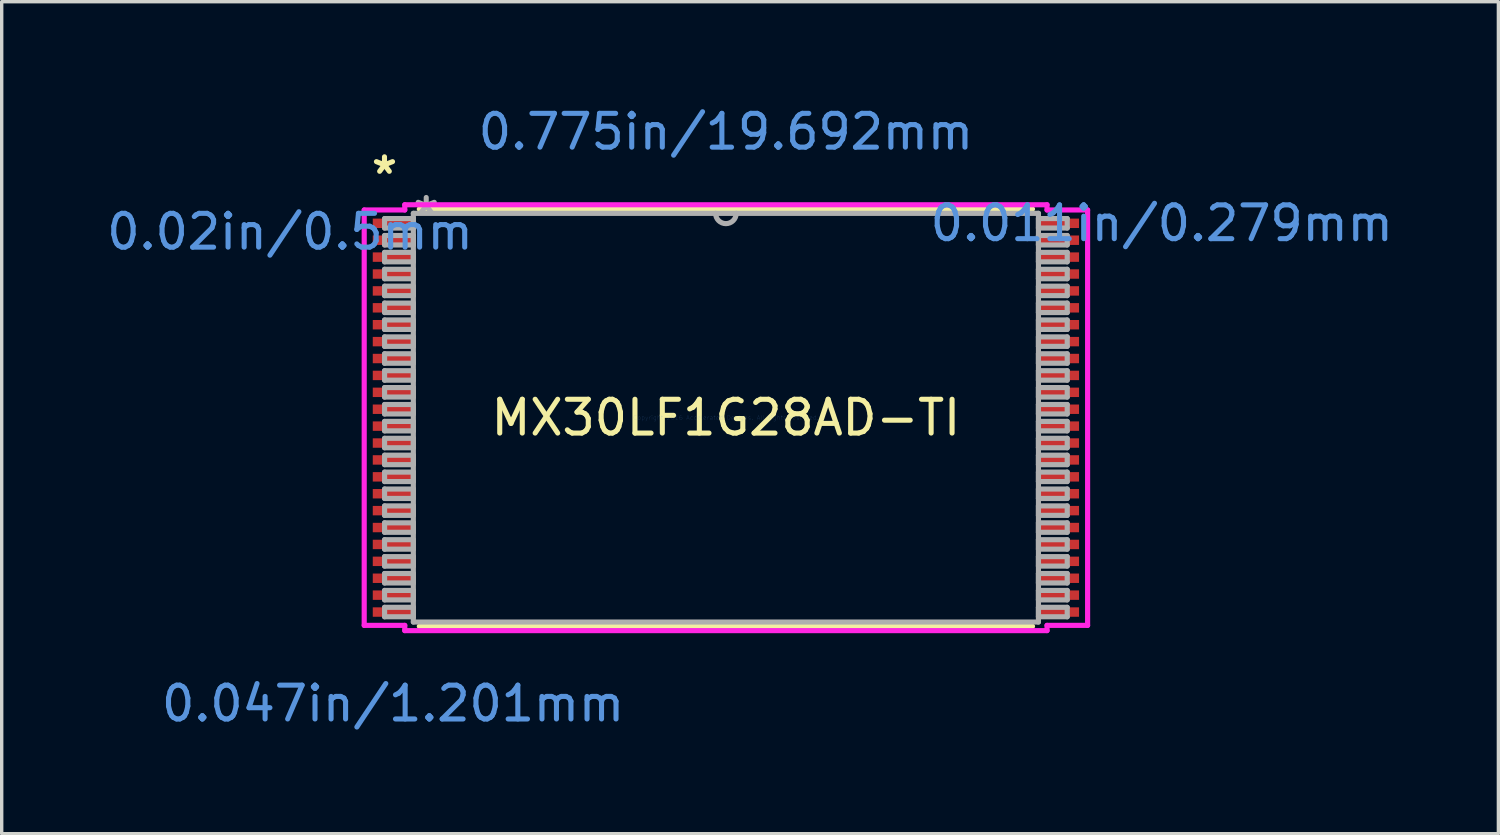
<source format=kicad_pcb>
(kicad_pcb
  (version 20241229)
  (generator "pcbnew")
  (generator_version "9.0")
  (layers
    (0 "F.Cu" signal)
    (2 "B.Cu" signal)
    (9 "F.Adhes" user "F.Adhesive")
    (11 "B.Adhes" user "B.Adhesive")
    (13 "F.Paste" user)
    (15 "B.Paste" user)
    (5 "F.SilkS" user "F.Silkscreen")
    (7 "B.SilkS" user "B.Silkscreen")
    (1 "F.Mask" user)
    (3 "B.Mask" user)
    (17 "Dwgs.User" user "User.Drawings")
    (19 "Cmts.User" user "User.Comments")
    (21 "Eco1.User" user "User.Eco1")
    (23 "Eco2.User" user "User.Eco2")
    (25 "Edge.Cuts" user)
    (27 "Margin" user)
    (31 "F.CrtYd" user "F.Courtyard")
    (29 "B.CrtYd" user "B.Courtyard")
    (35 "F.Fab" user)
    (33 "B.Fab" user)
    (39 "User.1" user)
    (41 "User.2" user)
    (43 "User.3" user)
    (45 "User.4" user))
  (footprint "MX30LF1G28AD-TI"
    (layer "F.Cu")
    (at 18.424 9.306)
    (property "Reference" "MX30LF1G28AD-TI" (at 0 0 0) (layer "F.SilkS") (effects (font (size 1 1) (thickness 0.15))))
    (attr through_hole)
    (fp_line (start -9.07 6.172) (end 9.07 6.172) (stroke (width 0.152) (type solid)) (layer "F.SilkS"))
    (fp_line (start 9.07 -6.172) (end -9.07 -6.172) (stroke (width 0.152) (type solid)) (layer "F.SilkS"))
    (fp_line (start -10.7 -6.144) (end -9.5 -6.144) (stroke (width 0.152) (type solid)) (layer "F.CrtYd"))
    (fp_line (start -10.7 6.144) (end -10.7 -6.144) (stroke (width 0.152) (type solid)) (layer "F.CrtYd"))
    (fp_line (start -10.7 6.144) (end -9.5 6.144) (stroke (width 0.152) (type solid)) (layer "F.CrtYd"))
    (fp_line (start -9.5 -6.299) (end 9.5 -6.299) (stroke (width 0.152) (type solid)) (layer "F.CrtYd"))
    (fp_line (start -9.5 -6.144) (end -9.5 -6.299) (stroke (width 0.152) (type solid)) (layer "F.CrtYd"))
    (fp_line (start -9.5 6.299) (end -9.5 6.144) (stroke (width 0.152) (type solid)) (layer "F.CrtYd"))
    (fp_line (start 9.5 -6.299) (end 9.5 -6.144) (stroke (width 0.152) (type solid)) (layer "F.CrtYd"))
    (fp_line (start 9.5 6.144) (end 9.5 6.299) (stroke (width 0.152) (type solid)) (layer "F.CrtYd"))
    (fp_line (start 9.5 6.299) (end -9.5 6.299) (stroke (width 0.152) (type solid)) (layer "F.CrtYd"))
    (fp_line (start 10.7 -6.144) (end 9.5 -6.144) (stroke (width 0.152) (type solid)) (layer "F.CrtYd"))
    (fp_line (start 10.7 -6.144) (end 10.7 6.144) (stroke (width 0.152) (type solid)) (layer "F.CrtYd"))
    (fp_line (start 10.7 6.144) (end 9.5 6.144) (stroke (width 0.152) (type solid)) (layer "F.CrtYd"))
    (fp_line (start -10.097 -5.89) (end -10.097 -5.61) (stroke (width 0.152) (type solid)) (layer "F.Fab"))
    (fp_line (start -10.097 -5.61) (end -9.246 -5.61) (stroke (width 0.152) (type solid)) (layer "F.Fab"))
    (fp_line (start -10.097 -5.39) (end -10.097 -5.11) (stroke (width 0.152) (type solid)) (layer "F.Fab"))
    (fp_line (start -10.097 -5.11) (end -9.246 -5.11) (stroke (width 0.152) (type solid)) (layer "F.Fab"))
    (fp_line (start -10.097 -4.89) (end -10.097 -4.61) (stroke (width 0.152) (type solid)) (layer "F.Fab"))
    (fp_line (start -10.097 -4.61) (end -9.246 -4.61) (stroke (width 0.152) (type solid)) (layer "F.Fab"))
    (fp_line (start -10.097 -4.39) (end -10.097 -4.11) (stroke (width 0.152) (type solid)) (layer "F.Fab"))
    (fp_line (start -10.097 -4.11) (end -9.246 -4.11) (stroke (width 0.152) (type solid)) (layer "F.Fab"))
    (fp_line (start -10.097 -3.89) (end -10.097 -3.61) (stroke (width 0.152) (type solid)) (layer "F.Fab"))
    (fp_line (start -10.097 -3.61) (end -9.246 -3.61) (stroke (width 0.152) (type solid)) (layer "F.Fab"))
    (fp_line (start -10.097 -3.39) (end -10.097 -3.11) (stroke (width 0.152) (type solid)) (layer "F.Fab"))
    (fp_line (start -10.097 -3.11) (end -9.246 -3.11) (stroke (width 0.152) (type solid)) (layer "F.Fab"))
    (fp_line (start -10.097 -2.89) (end -10.097 -2.61) (stroke (width 0.152) (type solid)) (layer "F.Fab"))
    (fp_line (start -10.097 -2.61) (end -9.246 -2.61) (stroke (width 0.152) (type solid)) (layer "F.Fab"))
    (fp_line (start -10.097 -2.39) (end -10.097 -2.11) (stroke (width 0.152) (type solid)) (layer "F.Fab"))
    (fp_line (start -10.097 -2.11) (end -9.246 -2.11) (stroke (width 0.152) (type solid)) (layer "F.Fab"))
    (fp_line (start -10.097 -1.89) (end -10.097 -1.61) (stroke (width 0.152) (type solid)) (layer "F.Fab"))
    (fp_line (start -10.097 -1.61) (end -9.246 -1.61) (stroke (width 0.152) (type solid)) (layer "F.Fab"))
    (fp_line (start -10.097 -1.39) (end -10.097 -1.11) (stroke (width 0.152) (type solid)) (layer "F.Fab"))
    (fp_line (start -10.097 -1.11) (end -9.246 -1.11) (stroke (width 0.152) (type solid)) (layer "F.Fab"))
    (fp_line (start -10.097 -0.89) (end -10.097 -0.61) (stroke (width 0.152) (type solid)) (layer "F.Fab"))
    (fp_line (start -10.097 -0.61) (end -9.246 -0.61) (stroke (width 0.152) (type solid)) (layer "F.Fab"))
    (fp_line (start -10.097 -0.39) (end -10.097 -0.11) (stroke (width 0.152) (type solid)) (layer "F.Fab"))
    (fp_line (start -10.097 -0.11) (end -9.246 -0.11) (stroke (width 0.152) (type solid)) (layer "F.Fab"))
    (fp_line (start -10.097 0.11) (end -10.097 0.39) (stroke (width 0.152) (type solid)) (layer "F.Fab"))
    (fp_line (start -10.097 0.39) (end -9.246 0.39) (stroke (width 0.152) (type solid)) (layer "F.Fab"))
    (fp_line (start -10.097 0.61) (end -10.097 0.89) (stroke (width 0.152) (type solid)) (layer "F.Fab"))
    (fp_line (start -10.097 0.89) (end -9.246 0.89) (stroke (width 0.152) (type solid)) (layer "F.Fab"))
    (fp_line (start -10.097 1.11) (end -10.097 1.39) (stroke (width 0.152) (type solid)) (layer "F.Fab"))
    (fp_line (start -10.097 1.39) (end -9.246 1.39) (stroke (width 0.152) (type solid)) (layer "F.Fab"))
    (fp_line (start -10.097 1.61) (end -10.097 1.89) (stroke (width 0.152) (type solid)) (layer "F.Fab"))
    (fp_line (start -10.097 1.89) (end -9.246 1.89) (stroke (width 0.152) (type solid)) (layer "F.Fab"))
    (fp_line (start -10.097 2.11) (end -10.097 2.39) (stroke (width 0.152) (type solid)) (layer "F.Fab"))
    (fp_line (start -10.097 2.39) (end -9.246 2.39) (stroke (width 0.152) (type solid)) (layer "F.Fab"))
    (fp_line (start -10.097 2.61) (end -10.097 2.89) (stroke (width 0.152) (type solid)) (layer "F.Fab"))
    (fp_line (start -10.097 2.89) (end -9.246 2.89) (stroke (width 0.152) (type solid)) (layer "F.Fab"))
    (fp_line (start -10.097 3.11) (end -10.097 3.39) (stroke (width 0.152) (type solid)) (layer "F.Fab"))
    (fp_line (start -10.097 3.39) (end -9.246 3.39) (stroke (width 0.152) (type solid)) (layer "F.Fab"))
    (fp_line (start -10.097 3.61) (end -10.097 3.89) (stroke (width 0.152) (type solid)) (layer "F.Fab"))
    (fp_line (start -10.097 3.89) (end -9.246 3.89) (stroke (width 0.152) (type solid)) (layer "F.Fab"))
    (fp_line (start -10.097 4.11) (end -10.097 4.39) (stroke (width 0.152) (type solid)) (layer "F.Fab"))
    (fp_line (start -10.097 4.39) (end -9.246 4.39) (stroke (width 0.152) (type solid)) (layer "F.Fab"))
    (fp_line (start -10.097 4.61) (end -10.097 4.89) (stroke (width 0.152) (type solid)) (layer "F.Fab"))
    (fp_line (start -10.097 4.89) (end -9.246 4.89) (stroke (width 0.152) (type solid)) (layer "F.Fab"))
    (fp_line (start -10.097 5.11) (end -10.097 5.39) (stroke (width 0.152) (type solid)) (layer "F.Fab"))
    (fp_line (start -10.097 5.39) (end -9.246 5.39) (stroke (width 0.152) (type solid)) (layer "F.Fab"))
    (fp_line (start -10.097 5.61) (end -10.097 5.89) (stroke (width 0.152) (type solid)) (layer "F.Fab"))
    (fp_line (start -10.097 5.89) (end -9.246 5.89) (stroke (width 0.152) (type solid)) (layer "F.Fab"))
    (fp_line (start -9.246 -6.045) (end -9.246 6.045) (stroke (width 0.152) (type solid)) (layer "F.Fab"))
    (fp_line (start -9.246 -5.89) (end -10.097 -5.89) (stroke (width 0.152) (type solid)) (layer "F.Fab"))
    (fp_line (start -9.246 -5.61) (end -9.246 -5.89) (stroke (width 0.152) (type solid)) (layer "F.Fab"))
    (fp_line (start -9.246 -5.39) (end -10.097 -5.39) (stroke (width 0.152) (type solid)) (layer "F.Fab"))
    (fp_line (start -9.246 -5.11) (end -9.246 -5.39) (stroke (width 0.152) (type solid)) (layer "F.Fab"))
    (fp_line (start -9.246 -4.89) (end -10.097 -4.89) (stroke (width 0.152) (type solid)) (layer "F.Fab"))
    (fp_line (start -9.246 -4.61) (end -9.246 -4.89) (stroke (width 0.152) (type solid)) (layer "F.Fab"))
    (fp_line (start -9.246 -4.39) (end -10.097 -4.39) (stroke (width 0.152) (type solid)) (layer "F.Fab"))
    (fp_line (start -9.246 -4.11) (end -9.246 -4.39) (stroke (width 0.152) (type solid)) (layer "F.Fab"))
    (fp_line (start -9.246 -3.89) (end -10.097 -3.89) (stroke (width 0.152) (type solid)) (layer "F.Fab"))
    (fp_line (start -9.246 -3.61) (end -9.246 -3.89) (stroke (width 0.152) (type solid)) (layer "F.Fab"))
    (fp_line (start -9.246 -3.39) (end -10.097 -3.39) (stroke (width 0.152) (type solid)) (layer "F.Fab"))
    (fp_line (start -9.246 -3.11) (end -9.246 -3.39) (stroke (width 0.152) (type solid)) (layer "F.Fab"))
    (fp_line (start -9.246 -2.89) (end -10.097 -2.89) (stroke (width 0.152) (type solid)) (layer "F.Fab"))
    (fp_line (start -9.246 -2.61) (end -9.246 -2.89) (stroke (width 0.152) (type solid)) (layer "F.Fab"))
    (fp_line (start -9.246 -2.39) (end -10.097 -2.39) (stroke (width 0.152) (type solid)) (layer "F.Fab"))
    (fp_line (start -9.246 -2.11) (end -9.246 -2.39) (stroke (width 0.152) (type solid)) (layer "F.Fab"))
    (fp_line (start -9.246 -1.89) (end -10.097 -1.89) (stroke (width 0.152) (type solid)) (layer "F.Fab"))
    (fp_line (start -9.246 -1.61) (end -9.246 -1.89) (stroke (width 0.152) (type solid)) (layer "F.Fab"))
    (fp_line (start -9.246 -1.39) (end -10.097 -1.39) (stroke (width 0.152) (type solid)) (layer "F.Fab"))
    (fp_line (start -9.246 -1.11) (end -9.246 -1.39) (stroke (width 0.152) (type solid)) (layer "F.Fab"))
    (fp_line (start -9.246 -0.89) (end -10.097 -0.89) (stroke (width 0.152) (type solid)) (layer "F.Fab"))
    (fp_line (start -9.246 -0.61) (end -9.246 -0.89) (stroke (width 0.152) (type solid)) (layer "F.Fab"))
    (fp_line (start -9.246 -0.39) (end -10.097 -0.39) (stroke (width 0.152) (type solid)) (layer "F.Fab"))
    (fp_line (start -9.246 -0.11) (end -9.246 -0.39) (stroke (width 0.152) (type solid)) (layer "F.Fab"))
    (fp_line (start -9.246 0.11) (end -10.097 0.11) (stroke (width 0.152) (type solid)) (layer "F.Fab"))
    (fp_line (start -9.246 0.39) (end -9.246 0.11) (stroke (width 0.152) (type solid)) (layer "F.Fab"))
    (fp_line (start -9.246 0.61) (end -10.097 0.61) (stroke (width 0.152) (type solid)) (layer "F.Fab"))
    (fp_line (start -9.246 0.89) (end -9.246 0.61) (stroke (width 0.152) (type solid)) (layer "F.Fab"))
    (fp_line (start -9.246 1.11) (end -10.097 1.11) (stroke (width 0.152) (type solid)) (layer "F.Fab"))
    (fp_line (start -9.246 1.39) (end -9.246 1.11) (stroke (width 0.152) (type solid)) (layer "F.Fab"))
    (fp_line (start -9.246 1.61) (end -10.097 1.61) (stroke (width 0.152) (type solid)) (layer "F.Fab"))
    (fp_line (start -9.246 1.89) (end -9.246 1.61) (stroke (width 0.152) (type solid)) (layer "F.Fab"))
    (fp_line (start -9.246 2.11) (end -10.097 2.11) (stroke (width 0.152) (type solid)) (layer "F.Fab"))
    (fp_line (start -9.246 2.39) (end -9.246 2.11) (stroke (width 0.152) (type solid)) (layer "F.Fab"))
    (fp_line (start -9.246 2.61) (end -10.097 2.61) (stroke (width 0.152) (type solid)) (layer "F.Fab"))
    (fp_line (start -9.246 2.89) (end -9.246 2.61) (stroke (width 0.152) (type solid)) (layer "F.Fab"))
    (fp_line (start -9.246 3.11) (end -10.097 3.11) (stroke (width 0.152) (type solid)) (layer "F.Fab"))
    (fp_line (start -9.246 3.39) (end -9.246 3.11) (stroke (width 0.152) (type solid)) (layer "F.Fab"))
    (fp_line (start -9.246 3.61) (end -10.097 3.61) (stroke (width 0.152) (type solid)) (layer "F.Fab"))
    (fp_line (start -9.246 3.89) (end -9.246 3.61) (stroke (width 0.152) (type solid)) (layer "F.Fab"))
    (fp_line (start -9.246 4.11) (end -10.097 4.11) (stroke (width 0.152) (type solid)) (layer "F.Fab"))
    (fp_line (start -9.246 4.39) (end -9.246 4.11) (stroke (width 0.152) (type solid)) (layer "F.Fab"))
    (fp_line (start -9.246 4.61) (end -10.097 4.61) (stroke (width 0.152) (type solid)) (layer "F.Fab"))
    (fp_line (start -9.246 4.89) (end -9.246 4.61) (stroke (width 0.152) (type solid)) (layer "F.Fab"))
    (fp_line (start -9.246 5.11) (end -10.097 5.11) (stroke (width 0.152) (type solid)) (layer "F.Fab"))
    (fp_line (start -9.246 5.39) (end -9.246 5.11) (stroke (width 0.152) (type solid)) (layer "F.Fab"))
    (fp_line (start -9.246 5.61) (end -10.097 5.61) (stroke (width 0.152) (type solid)) (layer "F.Fab"))
    (fp_line (start -9.246 5.89) (end -9.246 5.61) (stroke (width 0.152) (type solid)) (layer "F.Fab"))
    (fp_line (start -9.246 6.045) (end 9.246 6.045) (stroke (width 0.152) (type solid)) (layer "F.Fab"))
    (fp_line (start 9.246 -6.045) (end -9.246 -6.045) (stroke (width 0.152) (type solid)) (layer "F.Fab"))
    (fp_line (start 9.246 -5.89) (end 9.246 -5.61) (stroke (width 0.152) (type solid)) (layer "F.Fab"))
    (fp_line (start 9.246 -5.61) (end 10.097 -5.61) (stroke (width 0.152) (type solid)) (layer "F.Fab"))
    (fp_line (start 9.246 -5.39) (end 9.246 -5.11) (stroke (width 0.152) (type solid)) (layer "F.Fab"))
    (fp_line (start 9.246 -5.11) (end 10.097 -5.11) (stroke (width 0.152) (type solid)) (layer "F.Fab"))
    (fp_line (start 9.246 -4.89) (end 9.246 -4.61) (stroke (width 0.152) (type solid)) (layer "F.Fab"))
    (fp_line (start 9.246 -4.61) (end 10.097 -4.61) (stroke (width 0.152) (type solid)) (layer "F.Fab"))
    (fp_line (start 9.246 -4.39) (end 9.246 -4.11) (stroke (width 0.152) (type solid)) (layer "F.Fab"))
    (fp_line (start 9.246 -4.11) (end 10.097 -4.11) (stroke (width 0.152) (type solid)) (layer "F.Fab"))
    (fp_line (start 9.246 -3.89) (end 9.246 -3.61) (stroke (width 0.152) (type solid)) (layer "F.Fab"))
    (fp_line (start 9.246 -3.61) (end 10.097 -3.61) (stroke (width 0.152) (type solid)) (layer "F.Fab"))
    (fp_line (start 9.246 -3.39) (end 9.246 -3.11) (stroke (width 0.152) (type solid)) (layer "F.Fab"))
    (fp_line (start 9.246 -3.11) (end 10.097 -3.11) (stroke (width 0.152) (type solid)) (layer "F.Fab"))
    (fp_line (start 9.246 -2.89) (end 9.246 -2.61) (stroke (width 0.152) (type solid)) (layer "F.Fab"))
    (fp_line (start 9.246 -2.61) (end 10.097 -2.61) (stroke (width 0.152) (type solid)) (layer "F.Fab"))
    (fp_line (start 9.246 -2.39) (end 9.246 -2.11) (stroke (width 0.152) (type solid)) (layer "F.Fab"))
    (fp_line (start 9.246 -2.11) (end 10.097 -2.11) (stroke (width 0.152) (type solid)) (layer "F.Fab"))
    (fp_line (start 9.246 -1.89) (end 9.246 -1.61) (stroke (width 0.152) (type solid)) (layer "F.Fab"))
    (fp_line (start 9.246 -1.61) (end 10.097 -1.61) (stroke (width 0.152) (type solid)) (layer "F.Fab"))
    (fp_line (start 9.246 -1.39) (end 9.246 -1.11) (stroke (width 0.152) (type solid)) (layer "F.Fab"))
    (fp_line (start 9.246 -1.11) (end 10.097 -1.11) (stroke (width 0.152) (type solid)) (layer "F.Fab"))
    (fp_line (start 9.246 -0.89) (end 9.246 -0.61) (stroke (width 0.152) (type solid)) (layer "F.Fab"))
    (fp_line (start 9.246 -0.61) (end 10.097 -0.61) (stroke (width 0.152) (type solid)) (layer "F.Fab"))
    (fp_line (start 9.246 -0.39) (end 9.246 -0.11) (stroke (width 0.152) (type solid)) (layer "F.Fab"))
    (fp_line (start 9.246 -0.11) (end 10.097 -0.11) (stroke (width 0.152) (type solid)) (layer "F.Fab"))
    (fp_line (start 9.246 0.11) (end 9.246 0.39) (stroke (width 0.152) (type solid)) (layer "F.Fab"))
    (fp_line (start 9.246 0.39) (end 10.097 0.39) (stroke (width 0.152) (type solid)) (layer "F.Fab"))
    (fp_line (start 9.246 0.61) (end 9.246 0.89) (stroke (width 0.152) (type solid)) (layer "F.Fab"))
    (fp_line (start 9.246 0.89) (end 10.097 0.89) (stroke (width 0.152) (type solid)) (layer "F.Fab"))
    (fp_line (start 9.246 1.11) (end 9.246 1.39) (stroke (width 0.152) (type solid)) (layer "F.Fab"))
    (fp_line (start 9.246 1.39) (end 10.097 1.39) (stroke (width 0.152) (type solid)) (layer "F.Fab"))
    (fp_line (start 9.246 1.61) (end 9.246 1.89) (stroke (width 0.152) (type solid)) (layer "F.Fab"))
    (fp_line (start 9.246 1.89) (end 10.097 1.89) (stroke (width 0.152) (type solid)) (layer "F.Fab"))
    (fp_line (start 9.246 2.11) (end 9.246 2.39) (stroke (width 0.152) (type solid)) (layer "F.Fab"))
    (fp_line (start 9.246 2.39) (end 10.097 2.39) (stroke (width 0.152) (type solid)) (layer "F.Fab"))
    (fp_line (start 9.246 2.61) (end 9.246 2.89) (stroke (width 0.152) (type solid)) (layer "F.Fab"))
    (fp_line (start 9.246 2.89) (end 10.097 2.89) (stroke (width 0.152) (type solid)) (layer "F.Fab"))
    (fp_line (start 9.246 3.11) (end 9.246 3.39) (stroke (width 0.152) (type solid)) (layer "F.Fab"))
    (fp_line (start 9.246 3.39) (end 10.097 3.39) (stroke (width 0.152) (type solid)) (layer "F.Fab"))
    (fp_line (start 9.246 3.61) (end 9.246 3.89) (stroke (width 0.152) (type solid)) (layer "F.Fab"))
    (fp_line (start 9.246 3.89) (end 10.097 3.89) (stroke (width 0.152) (type solid)) (layer "F.Fab"))
    (fp_line (start 9.246 4.11) (end 9.246 4.39) (stroke (width 0.152) (type solid)) (layer "F.Fab"))
    (fp_line (start 9.246 4.39) (end 10.097 4.39) (stroke (width 0.152) (type solid)) (layer "F.Fab"))
    (fp_line (start 9.246 4.61) (end 9.246 4.89) (stroke (width 0.152) (type solid)) (layer "F.Fab"))
    (fp_line (start 9.246 4.89) (end 10.097 4.89) (stroke (width 0.152) (type solid)) (layer "F.Fab"))
    (fp_line (start 9.246 5.11) (end 9.246 5.39) (stroke (width 0.152) (type solid)) (layer "F.Fab"))
    (fp_line (start 9.246 5.39) (end 10.097 5.39) (stroke (width 0.152) (type solid)) (layer "F.Fab"))
    (fp_line (start 9.246 5.61) (end 9.246 5.89) (stroke (width 0.152) (type solid)) (layer "F.Fab"))
    (fp_line (start 9.246 5.89) (end 10.097 5.89) (stroke (width 0.152) (type solid)) (layer "F.Fab"))
    (fp_line (start 9.246 6.045) (end 9.246 -6.045) (stroke (width 0.152) (type solid)) (layer "F.Fab"))
    (fp_line (start 10.097 -5.89) (end 9.246 -5.89) (stroke (width 0.152) (type solid)) (layer "F.Fab"))
    (fp_line (start 10.097 -5.61) (end 10.097 -5.89) (stroke (width 0.152) (type solid)) (layer "F.Fab"))
    (fp_line (start 10.097 -5.39) (end 9.246 -5.39) (stroke (width 0.152) (type solid)) (layer "F.Fab"))
    (fp_line (start 10.097 -5.11) (end 10.097 -5.39) (stroke (width 0.152) (type solid)) (layer "F.Fab"))
    (fp_line (start 10.097 -4.89) (end 9.246 -4.89) (stroke (width 0.152) (type solid)) (layer "F.Fab"))
    (fp_line (start 10.097 -4.61) (end 10.097 -4.89) (stroke (width 0.152) (type solid)) (layer "F.Fab"))
    (fp_line (start 10.097 -4.39) (end 9.246 -4.39) (stroke (width 0.152) (type solid)) (layer "F.Fab"))
    (fp_line (start 10.097 -4.11) (end 10.097 -4.39) (stroke (width 0.152) (type solid)) (layer "F.Fab"))
    (fp_line (start 10.097 -3.89) (end 9.246 -3.89) (stroke (width 0.152) (type solid)) (layer "F.Fab"))
    (fp_line (start 10.097 -3.61) (end 10.097 -3.89) (stroke (width 0.152) (type solid)) (layer "F.Fab"))
    (fp_line (start 10.097 -3.39) (end 9.246 -3.39) (stroke (width 0.152) (type solid)) (layer "F.Fab"))
    (fp_line (start 10.097 -3.11) (end 10.097 -3.39) (stroke (width 0.152) (type solid)) (layer "F.Fab"))
    (fp_line (start 10.097 -2.89) (end 9.246 -2.89) (stroke (width 0.152) (type solid)) (layer "F.Fab"))
    (fp_line (start 10.097 -2.61) (end 10.097 -2.89) (stroke (width 0.152) (type solid)) (layer "F.Fab"))
    (fp_line (start 10.097 -2.39) (end 9.246 -2.39) (stroke (width 0.152) (type solid)) (layer "F.Fab"))
    (fp_line (start 10.097 -2.11) (end 10.097 -2.39) (stroke (width 0.152) (type solid)) (layer "F.Fab"))
    (fp_line (start 10.097 -1.89) (end 9.246 -1.89) (stroke (width 0.152) (type solid)) (layer "F.Fab"))
    (fp_line (start 10.097 -1.61) (end 10.097 -1.89) (stroke (width 0.152) (type solid)) (layer "F.Fab"))
    (fp_line (start 10.097 -1.39) (end 9.246 -1.39) (stroke (width 0.152) (type solid)) (layer "F.Fab"))
    (fp_line (start 10.097 -1.11) (end 10.097 -1.39) (stroke (width 0.152) (type solid)) (layer "F.Fab"))
    (fp_line (start 10.097 -0.89) (end 9.246 -0.89) (stroke (width 0.152) (type solid)) (layer "F.Fab"))
    (fp_line (start 10.097 -0.61) (end 10.097 -0.89) (stroke (width 0.152) (type solid)) (layer "F.Fab"))
    (fp_line (start 10.097 -0.39) (end 9.246 -0.39) (stroke (width 0.152) (type solid)) (layer "F.Fab"))
    (fp_line (start 10.097 -0.11) (end 10.097 -0.39) (stroke (width 0.152) (type solid)) (layer "F.Fab"))
    (fp_line (start 10.097 0.11) (end 9.246 0.11) (stroke (width 0.152) (type solid)) (layer "F.Fab"))
    (fp_line (start 10.097 0.39) (end 10.097 0.11) (stroke (width 0.152) (type solid)) (layer "F.Fab"))
    (fp_line (start 10.097 0.61) (end 9.246 0.61) (stroke (width 0.152) (type solid)) (layer "F.Fab"))
    (fp_line (start 10.097 0.89) (end 10.097 0.61) (stroke (width 0.152) (type solid)) (layer "F.Fab"))
    (fp_line (start 10.097 1.11) (end 9.246 1.11) (stroke (width 0.152) (type solid)) (layer "F.Fab"))
    (fp_line (start 10.097 1.39) (end 10.097 1.11) (stroke (width 0.152) (type solid)) (layer "F.Fab"))
    (fp_line (start 10.097 1.61) (end 9.246 1.61) (stroke (width 0.152) (type solid)) (layer "F.Fab"))
    (fp_line (start 10.097 1.89) (end 10.097 1.61) (stroke (width 0.152) (type solid)) (layer "F.Fab"))
    (fp_line (start 10.097 2.11) (end 9.246 2.11) (stroke (width 0.152) (type solid)) (layer "F.Fab"))
    (fp_line (start 10.097 2.39) (end 10.097 2.11) (stroke (width 0.152) (type solid)) (layer "F.Fab"))
    (fp_line (start 10.097 2.61) (end 9.246 2.61) (stroke (width 0.152) (type solid)) (layer "F.Fab"))
    (fp_line (start 10.097 2.89) (end 10.097 2.61) (stroke (width 0.152) (type solid)) (layer "F.Fab"))
    (fp_line (start 10.097 3.11) (end 9.246 3.11) (stroke (width 0.152) (type solid)) (layer "F.Fab"))
    (fp_line (start 10.097 3.39) (end 10.097 3.11) (stroke (width 0.152) (type solid)) (layer "F.Fab"))
    (fp_line (start 10.097 3.61) (end 9.246 3.61) (stroke (width 0.152) (type solid)) (layer "F.Fab"))
    (fp_line (start 10.097 3.89) (end 10.097 3.61) (stroke (width 0.152) (type solid)) (layer "F.Fab"))
    (fp_line (start 10.097 4.11) (end 9.246 4.11) (stroke (width 0.152) (type solid)) (layer "F.Fab"))
    (fp_line (start 10.097 4.39) (end 10.097 4.11) (stroke (width 0.152) (type solid)) (layer "F.Fab"))
    (fp_line (start 10.097 4.61) (end 9.246 4.61) (stroke (width 0.152) (type solid)) (layer "F.Fab"))
    (fp_line (start 10.097 4.89) (end 10.097 4.61) (stroke (width 0.152) (type solid)) (layer "F.Fab"))
    (fp_line (start 10.097 5.11) (end 9.246 5.11) (stroke (width 0.152) (type solid)) (layer "F.Fab"))
    (fp_line (start 10.097 5.39) (end 10.097 5.11) (stroke (width 0.152) (type solid)) (layer "F.Fab"))
    (fp_line (start 10.097 5.61) (end 9.246 5.61) (stroke (width 0.152) (type solid)) (layer "F.Fab"))
    (fp_line (start 10.097 5.89) (end 10.097 5.61) (stroke (width 0.152) (type solid)) (layer "F.Fab"))
    (fp_arc (start 0.3048 -6.0452) (mid 0 -5.7404) (end -0.3048 -6.0452) (stroke (width 0.1524) (type solid)) (layer "F.Fab"))
    (fp_text user "*" (at -10.1 -7.172 0) (layer "F.SilkS") (effects (font (size 1 1) (thickness 0.15))))
    (fp_text user "0.775in/19.692mm" (at 0 -8.458 0) (layer "Cmts.User") (effects (font (size 1 1) (thickness 0.15))))
    (fp_text user "0.02in/0.5mm" (at -12.894 -5.5 0) (layer "Cmts.User") (effects (font (size 1 1) (thickness 0.15))))
    (fp_text user "Copyright 2016 Accelerated Designs. All rights reserved." (at 0 0 0) (layer "Cmts.User") (effects (font (size 0.127 0.127) (thickness 0.002))))
    (fp_text user "0.047in/1.201mm" (at -9.846 8.458 0) (layer "Cmts.User") (effects (font (size 1 1) (thickness 0.15))))
    (fp_text user "0.011in/0.279mm" (at 12.894 -5.75 0) (layer "Cmts.User") (effects (font (size 1 1) (thickness 0.15))))
    (fp_text user "*" (at -8.865 -5.969 0) (layer "F.Fab") (effects (font (size 1 1) (thickness 0.15))))
    (pad "1" smd rect (at -9.846 -5.75) (size 1.201 0.279) (layers "F.Cu" "F.Mask" "F.Paste"))
    (pad "2" smd rect (at -9.846 -5.25) (size 1.201 0.279) (layers "F.Cu" "F.Mask" "F.Paste"))
    (pad "3" smd rect (at -9.846 -4.75) (size 1.201 0.279) (layers "F.Cu" "F.Mask" "F.Paste"))
    (pad "4" smd rect (at -9.846 -4.25) (size 1.201 0.279) (layers "F.Cu" "F.Mask" "F.Paste"))
    (pad "5" smd rect (at -9.846 -3.75) (size 1.201 0.279) (layers "F.Cu" "F.Mask" "F.Paste"))
    (pad "6" smd rect (at -9.846 -3.25) (size 1.201 0.279) (layers "F.Cu" "F.Mask" "F.Paste"))
    (pad "7" smd rect (at -9.846 -2.75) (size 1.201 0.279) (layers "F.Cu" "F.Mask" "F.Paste"))
    (pad "8" smd rect (at -9.846 -2.25) (size 1.201 0.279) (layers "F.Cu" "F.Mask" "F.Paste"))
    (pad "9" smd rect (at -9.846 -1.75) (size 1.201 0.279) (layers "F.Cu" "F.Mask" "F.Paste"))
    (pad "10" smd rect (at -9.846 -1.25) (size 1.201 0.279) (layers "F.Cu" "F.Mask" "F.Paste"))
    (pad "11" smd rect (at -9.846 -0.75) (size 1.201 0.279) (layers "F.Cu" "F.Mask" "F.Paste"))
    (pad "12" smd rect (at -9.846 -0.25) (size 1.201 0.279) (layers "F.Cu" "F.Mask" "F.Paste"))
    (pad "13" smd rect (at -9.846 0.25) (size 1.201 0.279) (layers "F.Cu" "F.Mask" "F.Paste"))
    (pad "14" smd rect (at -9.846 0.75) (size 1.201 0.279) (layers "F.Cu" "F.Mask" "F.Paste"))
    (pad "15" smd rect (at -9.846 1.25) (size 1.201 0.279) (layers "F.Cu" "F.Mask" "F.Paste"))
    (pad "16" smd rect (at -9.846 1.75) (size 1.201 0.279) (layers "F.Cu" "F.Mask" "F.Paste"))
    (pad "17" smd rect (at -9.846 2.25) (size 1.201 0.279) (layers "F.Cu" "F.Mask" "F.Paste"))
    (pad "18" smd rect (at -9.846 2.75) (size 1.201 0.279) (layers "F.Cu" "F.Mask" "F.Paste"))
    (pad "19" smd rect (at -9.846 3.25) (size 1.201 0.279) (layers "F.Cu" "F.Mask" "F.Paste"))
    (pad "20" smd rect (at -9.846 3.75) (size 1.201 0.279) (layers "F.Cu" "F.Mask" "F.Paste"))
    (pad "21" smd rect (at -9.846 4.25) (size 1.201 0.279) (layers "F.Cu" "F.Mask" "F.Paste"))
    (pad "22" smd rect (at -9.846 4.75) (size 1.201 0.279) (layers "F.Cu" "F.Mask" "F.Paste"))
    (pad "23" smd rect (at -9.846 5.25) (size 1.201 0.279) (layers "F.Cu" "F.Mask" "F.Paste"))
    (pad "24" smd rect (at -9.846 5.75) (size 1.201 0.279) (layers "F.Cu" "F.Mask" "F.Paste"))
    (pad "25" smd rect (at 9.846 5.75) (size 1.201 0.279) (layers "F.Cu" "F.Mask" "F.Paste"))
    (pad "26" smd rect (at 9.846 5.25) (size 1.201 0.279) (layers "F.Cu" "F.Mask" "F.Paste"))
    (pad "27" smd rect (at 9.846 4.75) (size 1.201 0.279) (layers "F.Cu" "F.Mask" "F.Paste"))
    (pad "28" smd rect (at 9.846 4.25) (size 1.201 0.279) (layers "F.Cu" "F.Mask" "F.Paste"))
    (pad "29" smd rect (at 9.846 3.75) (size 1.201 0.279) (layers "F.Cu" "F.Mask" "F.Paste"))
    (pad "30" smd rect (at 9.846 3.25) (size 1.201 0.279) (layers "F.Cu" "F.Mask" "F.Paste"))
    (pad "31" smd rect (at 9.846 2.75) (size 1.201 0.279) (layers "F.Cu" "F.Mask" "F.Paste"))
    (pad "32" smd rect (at 9.846 2.25) (size 1.201 0.279) (layers "F.Cu" "F.Mask" "F.Paste"))
    (pad "33" smd rect (at 9.846 1.75) (size 1.201 0.279) (layers "F.Cu" "F.Mask" "F.Paste"))
    (pad "34" smd rect (at 9.846 1.25) (size 1.201 0.279) (layers "F.Cu" "F.Mask" "F.Paste"))
    (pad "35" smd rect (at 9.846 0.75) (size 1.201 0.279) (layers "F.Cu" "F.Mask" "F.Paste"))
    (pad "36" smd rect (at 9.846 0.25) (size 1.201 0.279) (layers "F.Cu" "F.Mask" "F.Paste"))
    (pad "37" smd rect (at 9.846 -0.25) (size 1.201 0.279) (layers "F.Cu" "F.Mask" "F.Paste"))
    (pad "38" smd rect (at 9.846 -0.75) (size 1.201 0.279) (layers "F.Cu" "F.Mask" "F.Paste"))
    (pad "39" smd rect (at 9.846 -1.25) (size 1.201 0.279) (layers "F.Cu" "F.Mask" "F.Paste"))
    (pad "40" smd rect (at 9.846 -1.75) (size 1.201 0.279) (layers "F.Cu" "F.Mask" "F.Paste"))
    (pad "41" smd rect (at 9.846 -2.25) (size 1.201 0.279) (layers "F.Cu" "F.Mask" "F.Paste"))
    (pad "42" smd rect (at 9.846 -2.75) (size 1.201 0.279) (layers "F.Cu" "F.Mask" "F.Paste"))
    (pad "43" smd rect (at 9.846 -3.25) (size 1.201 0.279) (layers "F.Cu" "F.Mask" "F.Paste"))
    (pad "44" smd rect (at 9.846 -3.75) (size 1.201 0.279) (layers "F.Cu" "F.Mask" "F.Paste"))
    (pad "45" smd rect (at 9.846 -4.25) (size 1.201 0.279) (layers "F.Cu" "F.Mask" "F.Paste"))
    (pad "46" smd rect (at 9.846 -4.75) (size 1.201 0.279) (layers "F.Cu" "F.Mask" "F.Paste"))
    (pad "47" smd rect (at 9.846 -5.25) (size 1.201 0.279) (layers "F.Cu" "F.Mask" "F.Paste"))
    (pad "48" smd rect (at 9.846 -5.75) (size 1.201 0.279) (layers "F.Cu" "F.Mask" "F.Paste")))
  (gr_rect
    (start -3 -3)
    (end 41.276 21.613)
    (stroke (width 0.1) (type default))
    (fill no)
    (layer "Edge.Cuts")))
</source>
